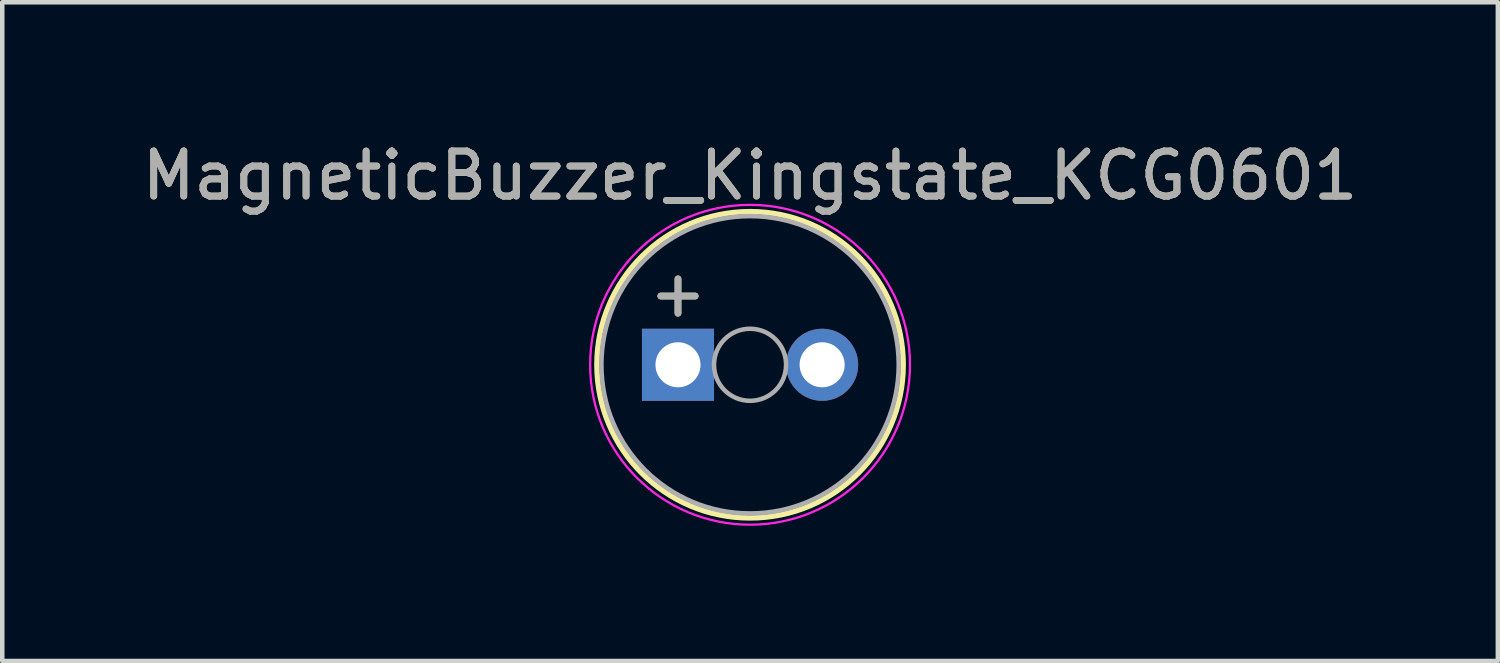
<source format=kicad_pcb>
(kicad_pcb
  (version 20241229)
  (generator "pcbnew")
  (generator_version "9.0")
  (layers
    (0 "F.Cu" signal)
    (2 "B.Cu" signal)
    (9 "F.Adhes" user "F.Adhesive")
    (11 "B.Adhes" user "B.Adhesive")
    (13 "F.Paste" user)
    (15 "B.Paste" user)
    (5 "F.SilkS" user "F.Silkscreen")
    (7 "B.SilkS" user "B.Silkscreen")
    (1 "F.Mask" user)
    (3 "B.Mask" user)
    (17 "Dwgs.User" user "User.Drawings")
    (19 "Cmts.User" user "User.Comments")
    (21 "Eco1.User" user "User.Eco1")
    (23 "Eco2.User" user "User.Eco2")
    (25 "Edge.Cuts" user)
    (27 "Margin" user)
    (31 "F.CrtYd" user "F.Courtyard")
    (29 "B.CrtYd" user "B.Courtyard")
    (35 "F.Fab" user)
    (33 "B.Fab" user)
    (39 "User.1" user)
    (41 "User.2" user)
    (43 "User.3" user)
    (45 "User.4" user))
  (footprint "MagneticBuzzer_Kingstate_KCG0601"
    (layer "F.Cu")
    (at 12.001 5.048)
    (property "Reference" "MagneticBuzzer_Kingstate_KCG0601" (at 1.6 -4.2 0) (layer "F.SilkS") (effects (font (size 1 1) (thickness 0.15))))
    (attr through_hole)
    (fp_circle (center 1.6 0) (end 5 0) (stroke (width 0.12) (type solid)) (fill no) (layer "F.SilkS"))
    (fp_circle (center 1.6 0) (end 5.15 0) (stroke (width 0.05) (type solid)) (fill no) (layer "F.CrtYd"))
    (fp_circle (center 1.6 0) (end 2.4 0) (stroke (width 0.1) (type solid)) (fill no) (layer "F.Fab"))
    (fp_circle (center 1.6 0) (end 4.9 0) (stroke (width 0.1) (type solid)) (fill no) (layer "F.Fab"))
    (fp_text user "+" (at 0 -1.6 0) (layer "F.SilkS") (effects (font (size 1 1) (thickness 0.15))))
    (fp_text user "+" (at 0 -1.6 0) (layer "F.Fab") (effects (font (size 1 1) (thickness 0.15))))
    (fp_text user "${REFERENCE}" (at 1.6 -4.2 0) (layer "F.Fab") (effects (font (size 1 1) (thickness 0.15))))
    (pad "1" thru_hole rect (at 0 0) (size 1.6 1.6) (drill 1) (layers "*.Cu" "*.Mask"))
    (pad "2" thru_hole circle (at 3.2 0) (size 1.6 1.6) (drill 1) (layers "*.Cu" "*.Mask")))
  (gr_rect
    (start -3 -3)
    (end 30.202 11.623)
    (stroke (width 0.1) (type default))
    (fill no)
    (layer "Edge.Cuts")))
</source>
